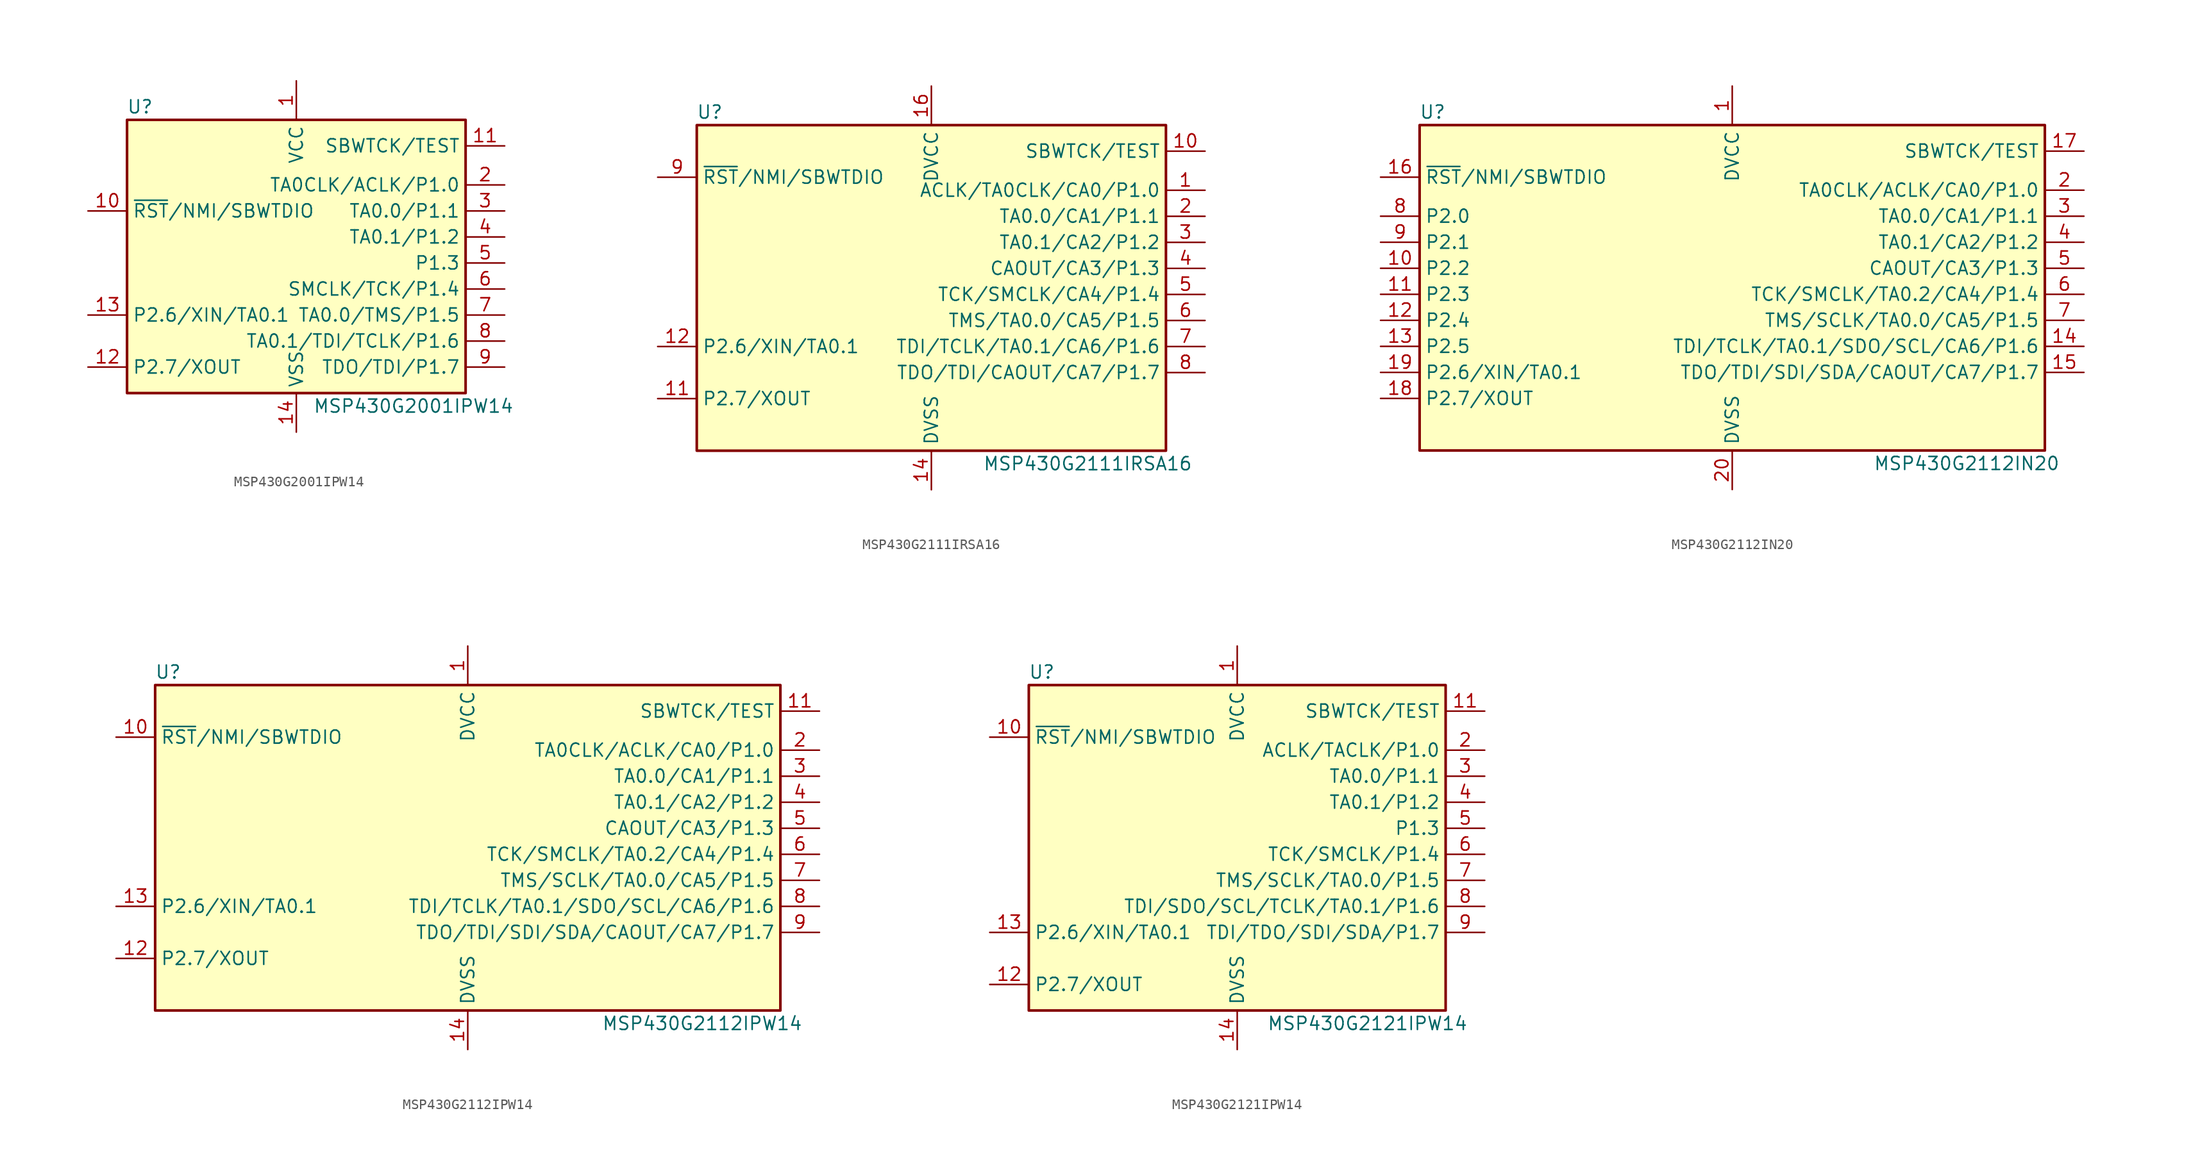
<source format=kicad_sym>
(kicad_symbol_lib
  (version 20211014)
  (generator kicad_symbol_editor)
  (symbol "MSP430G2001IPW14"
    (property "Reference" "U"
      (at -15.24 15.24 0)
      (effects (font (size 1.27 1.27))))
    (property "Value" "MSP430G2001IPW14"
      (at 11.43 -13.97 0)
      (effects (font (size 1.27 1.27))))
    (symbol "MSP430G2001IPW14_0_1"
      (rectangle (start -16.51 13.97) (end 16.51 -12.7) (stroke (width 0.254) (type default) (color 0 0 0 0)) (fill (type background))))
    (symbol "MSP430G2001IPW14_1_1"
      (pin power_in line (at 0 17.78 270) (length 3.81) (name "VCC" (effects (font (size 1.27 1.27)))) (number "1" (effects (font (size 1.27 1.27)))))
      (pin input line (at -20.32 5.08 0) (length 3.81) (name "~{RST}/NMI/SBWTDIO" (effects (font (size 1.27 1.27)))) (number "10" (effects (font (size 1.27 1.27)))))
      (pin input line (at 20.32 11.43 180) (length 3.81) (name "SBWTCK/TEST" (effects (font (size 1.27 1.27)))) (number "11" (effects (font (size 1.27 1.27)))))
      (pin bidirectional line (at -20.32 -10.16 0) (length 3.81) (name "P2.7/XOUT" (effects (font (size 1.27 1.27)))) (number "12" (effects (font (size 1.27 1.27)))))
      (pin bidirectional line (at -20.32 -5.08 0) (length 3.81) (name "P2.6/XIN/TA0.1" (effects (font (size 1.27 1.27)))) (number "13" (effects (font (size 1.27 1.27)))))
      (pin power_in line (at 0 -16.51 90) (length 3.81) (name "VSS" (effects (font (size 1.27 1.27)))) (number "14" (effects (font (size 1.27 1.27)))))
      (pin bidirectional line (at 20.32 7.62 180) (length 3.81) (name "TA0CLK/ACLK/P1.0" (effects (font (size 1.27 1.27)))) (number "2" (effects (font (size 1.27 1.27)))))
      (pin bidirectional line (at 20.32 5.08 180) (length 3.81) (name "TA0.0/P1.1" (effects (font (size 1.27 1.27)))) (number "3" (effects (font (size 1.27 1.27)))))
      (pin bidirectional line (at 20.32 2.54 180) (length 3.81) (name "TA0.1/P1.2" (effects (font (size 1.27 1.27)))) (number "4" (effects (font (size 1.27 1.27)))))
      (pin bidirectional line (at 20.32 0 180) (length 3.81) (name "P1.3" (effects (font (size 1.27 1.27)))) (number "5" (effects (font (size 1.27 1.27)))))
      (pin bidirectional line (at 20.32 -2.54 180) (length 3.81) (name "SMCLK/TCK/P1.4" (effects (font (size 1.27 1.27)))) (number "6" (effects (font (size 1.27 1.27)))))
      (pin bidirectional line (at 20.32 -5.08 180) (length 3.81) (name "TA0.0/TMS/P1.5" (effects (font (size 1.27 1.27)))) (number "7" (effects (font (size 1.27 1.27)))))
      (pin bidirectional line (at 20.32 -7.62 180) (length 3.81) (name "TA0.1/TDI/TCLK/P1.6" (effects (font (size 1.27 1.27)))) (number "8" (effects (font (size 1.27 1.27)))))
      (pin bidirectional line (at 20.32 -10.16 180) (length 3.81) (name "TDO/TDI/P1.7" (effects (font (size 1.27 1.27)))) (number "9" (effects (font (size 1.27 1.27)))))))
  (symbol "MSP430G2111IRSA16"
    (property "Reference" "U"
      (at -21.59 17.78 0)
      (effects (font (size 1.27 1.27))))
    (property "Value" "MSP430G2111IRSA16"
      (at 15.24 -16.51 0)
      (effects (font (size 1.27 1.27))))
    (symbol "MSP430G2111IRSA16_0_1"
      (rectangle (start -22.86 16.51) (end 22.86 -15.24) (stroke (width 0.254) (type default) (color 0 0 0 0)) (fill (type background))))
    (symbol "MSP430G2111IRSA16_1_1"
      (pin bidirectional line (at 26.67 10.16 180) (length 3.81) (name "ACLK/TA0CLK/CA0/P1.0" (effects (font (size 1.27 1.27)))) (number "1" (effects (font (size 1.27 1.27)))))
      (pin input line (at 26.67 13.97 180) (length 3.81) (name "SBWTCK/TEST" (effects (font (size 1.27 1.27)))) (number "10" (effects (font (size 1.27 1.27)))))
      (pin bidirectional line (at -26.67 -10.16 0) (length 3.81) (name "P2.7/XOUT" (effects (font (size 1.27 1.27)))) (number "11" (effects (font (size 1.27 1.27)))))
      (pin bidirectional line (at -26.67 -5.08 0) (length 3.81) (name "P2.6/XIN/TA0.1" (effects (font (size 1.27 1.27)))) (number "12" (effects (font (size 1.27 1.27)))))
      (pin power_in line (at 0 -19.05 90) (length 3.81) (name "DVSS" (effects (font (size 1.27 1.27)))) (number "14" (effects (font (size 1.27 1.27)))))
      (pin power_in line (at 0 20.32 270) (length 3.81) (name "DVCC" (effects (font (size 1.27 1.27)))) (number "16" (effects (font (size 1.27 1.27)))))
      (pin bidirectional line (at 26.67 7.62 180) (length 3.81) (name "TA0.0/CA1/P1.1" (effects (font (size 1.27 1.27)))) (number "2" (effects (font (size 1.27 1.27)))))
      (pin bidirectional line (at 26.67 5.08 180) (length 3.81) (name "TA0.1/CA2/P1.2" (effects (font (size 1.27 1.27)))) (number "3" (effects (font (size 1.27 1.27)))))
      (pin bidirectional line (at 26.67 2.54 180) (length 3.81) (name "CAOUT/CA3/P1.3" (effects (font (size 1.27 1.27)))) (number "4" (effects (font (size 1.27 1.27)))))
      (pin bidirectional line (at 26.67 0 180) (length 3.81) (name "TCK/SMCLK/CA4/P1.4" (effects (font (size 1.27 1.27)))) (number "5" (effects (font (size 1.27 1.27)))))
      (pin bidirectional line (at 26.67 -2.54 180) (length 3.81) (name "TMS/TA0.0/CA5/P1.5" (effects (font (size 1.27 1.27)))) (number "6" (effects (font (size 1.27 1.27)))))
      (pin bidirectional line (at 26.67 -5.08 180) (length 3.81) (name "TDI/TCLK/TA0.1/CA6/P1.6" (effects (font (size 1.27 1.27)))) (number "7" (effects (font (size 1.27 1.27)))))
      (pin bidirectional line (at 26.67 -7.62 180) (length 3.81) (name "TDO/TDI/CAOUT/CA7/P1.7" (effects (font (size 1.27 1.27)))) (number "8" (effects (font (size 1.27 1.27)))))
      (pin input line (at -26.67 11.43 0) (length 3.81) (name "~{RST}/NMI/SBWTDIO" (effects (font (size 1.27 1.27)))) (number "9" (effects (font (size 1.27 1.27)))))))
  (symbol "MSP430G2112IN20"
    (property "Reference" "U"
      (at -29.21 17.78 0)
      (effects (font (size 1.27 1.27))))
    (property "Value" "MSP430G2112IN20"
      (at 22.86 -16.51 0)
      (effects (font (size 1.27 1.27))))
    (symbol "MSP430G2112IN20_0_1"
      (rectangle (start -30.48 16.51) (end 30.48 -15.24) (stroke (width 0.254) (type default) (color 0 0 0 0)) (fill (type background))))
    (symbol "MSP430G2112IN20_1_1"
      (pin power_in line (at 0 20.32 270) (length 3.81) (name "DVCC" (effects (font (size 1.27 1.27)))) (number "1" (effects (font (size 1.27 1.27)))))
      (pin bidirectional line (at -34.29 2.54 0) (length 3.81) (name "P2.2" (effects (font (size 1.27 1.27)))) (number "10" (effects (font (size 1.27 1.27)))))
      (pin bidirectional line (at -34.29 0 0) (length 3.81) (name "P2.3" (effects (font (size 1.27 1.27)))) (number "11" (effects (font (size 1.27 1.27)))))
      (pin bidirectional line (at -34.29 -2.54 0) (length 3.81) (name "P2.4" (effects (font (size 1.27 1.27)))) (number "12" (effects (font (size 1.27 1.27)))))
      (pin bidirectional line (at -34.29 -5.08 0) (length 3.81) (name "P2.5" (effects (font (size 1.27 1.27)))) (number "13" (effects (font (size 1.27 1.27)))))
      (pin bidirectional line (at 34.29 -5.08 180) (length 3.81) (name "TDI/TCLK/TA0.1/SDO/SCL/CA6/P1.6" (effects (font (size 1.27 1.27)))) (number "14" (effects (font (size 1.27 1.27)))))
      (pin bidirectional line (at 34.29 -7.62 180) (length 3.81) (name "TDO/TDI/SDI/SDA/CAOUT/CA7/P1.7" (effects (font (size 1.27 1.27)))) (number "15" (effects (font (size 1.27 1.27)))))
      (pin input line (at -34.29 11.43 0) (length 3.81) (name "~{RST}/NMI/SBWTDIO" (effects (font (size 1.27 1.27)))) (number "16" (effects (font (size 1.27 1.27)))))
      (pin input line (at 34.29 13.97 180) (length 3.81) (name "SBWTCK/TEST" (effects (font (size 1.27 1.27)))) (number "17" (effects (font (size 1.27 1.27)))))
      (pin bidirectional line (at -34.29 -10.16 0) (length 3.81) (name "P2.7/XOUT" (effects (font (size 1.27 1.27)))) (number "18" (effects (font (size 1.27 1.27)))))
      (pin bidirectional line (at -34.29 -7.62 0) (length 3.81) (name "P2.6/XIN/TA0.1" (effects (font (size 1.27 1.27)))) (number "19" (effects (font (size 1.27 1.27)))))
      (pin bidirectional line (at 34.29 10.16 180) (length 3.81) (name "TA0CLK/ACLK/CA0/P1.0" (effects (font (size 1.27 1.27)))) (number "2" (effects (font (size 1.27 1.27)))))
      (pin power_in line (at 0 -19.05 90) (length 3.81) (name "DVSS" (effects (font (size 1.27 1.27)))) (number "20" (effects (font (size 1.27 1.27)))))
      (pin bidirectional line (at 34.29 7.62 180) (length 3.81) (name "TA0.0/CA1/P1.1" (effects (font (size 1.27 1.27)))) (number "3" (effects (font (size 1.27 1.27)))))
      (pin bidirectional line (at 34.29 5.08 180) (length 3.81) (name "TA0.1/CA2/P1.2" (effects (font (size 1.27 1.27)))) (number "4" (effects (font (size 1.27 1.27)))))
      (pin bidirectional line (at 34.29 2.54 180) (length 3.81) (name "CAOUT/CA3/P1.3" (effects (font (size 1.27 1.27)))) (number "5" (effects (font (size 1.27 1.27)))))
      (pin bidirectional line (at 34.29 0 180) (length 3.81) (name "TCK/SMCLK/TA0.2/CA4/P1.4" (effects (font (size 1.27 1.27)))) (number "6" (effects (font (size 1.27 1.27)))))
      (pin bidirectional line (at 34.29 -2.54 180) (length 3.81) (name "TMS/SCLK/TA0.0/CA5/P1.5" (effects (font (size 1.27 1.27)))) (number "7" (effects (font (size 1.27 1.27)))))
      (pin bidirectional line (at -34.29 7.62 0) (length 3.81) (name "P2.0" (effects (font (size 1.27 1.27)))) (number "8" (effects (font (size 1.27 1.27)))))
      (pin bidirectional line (at -34.29 5.08 0) (length 3.81) (name "P2.1" (effects (font (size 1.27 1.27)))) (number "9" (effects (font (size 1.27 1.27)))))))
  (symbol "MSP430G2112IPW14"
    (property "Reference" "U"
      (at -29.21 17.78 0)
      (effects (font (size 1.27 1.27))))
    (property "Value" "MSP430G2112IPW14"
      (at 22.86 -16.51 0)
      (effects (font (size 1.27 1.27))))
    (symbol "MSP430G2112IPW14_0_1"
      (rectangle (start -30.48 16.51) (end 30.48 -15.24) (stroke (width 0.254) (type default) (color 0 0 0 0)) (fill (type background))))
    (symbol "MSP430G2112IPW14_1_1"
      (pin power_in line (at 0 20.32 270) (length 3.81) (name "DVCC" (effects (font (size 1.27 1.27)))) (number "1" (effects (font (size 1.27 1.27)))))
      (pin input line (at -34.29 11.43 0) (length 3.81) (name "~{RST}/NMI/SBWTDIO" (effects (font (size 1.27 1.27)))) (number "10" (effects (font (size 1.27 1.27)))))
      (pin input line (at 34.29 13.97 180) (length 3.81) (name "SBWTCK/TEST" (effects (font (size 1.27 1.27)))) (number "11" (effects (font (size 1.27 1.27)))))
      (pin bidirectional line (at -34.29 -10.16 0) (length 3.81) (name "P2.7/XOUT" (effects (font (size 1.27 1.27)))) (number "12" (effects (font (size 1.27 1.27)))))
      (pin bidirectional line (at -34.29 -5.08 0) (length 3.81) (name "P2.6/XIN/TA0.1" (effects (font (size 1.27 1.27)))) (number "13" (effects (font (size 1.27 1.27)))))
      (pin power_in line (at 0 -19.05 90) (length 3.81) (name "DVSS" (effects (font (size 1.27 1.27)))) (number "14" (effects (font (size 1.27 1.27)))))
      (pin bidirectional line (at 34.29 10.16 180) (length 3.81) (name "TA0CLK/ACLK/CA0/P1.0" (effects (font (size 1.27 1.27)))) (number "2" (effects (font (size 1.27 1.27)))))
      (pin bidirectional line (at 34.29 7.62 180) (length 3.81) (name "TA0.0/CA1/P1.1" (effects (font (size 1.27 1.27)))) (number "3" (effects (font (size 1.27 1.27)))))
      (pin bidirectional line (at 34.29 5.08 180) (length 3.81) (name "TA0.1/CA2/P1.2" (effects (font (size 1.27 1.27)))) (number "4" (effects (font (size 1.27 1.27)))))
      (pin bidirectional line (at 34.29 2.54 180) (length 3.81) (name "CAOUT/CA3/P1.3" (effects (font (size 1.27 1.27)))) (number "5" (effects (font (size 1.27 1.27)))))
      (pin bidirectional line (at 34.29 0 180) (length 3.81) (name "TCK/SMCLK/TA0.2/CA4/P1.4" (effects (font (size 1.27 1.27)))) (number "6" (effects (font (size 1.27 1.27)))))
      (pin bidirectional line (at 34.29 -2.54 180) (length 3.81) (name "TMS/SCLK/TA0.0/CA5/P1.5" (effects (font (size 1.27 1.27)))) (number "7" (effects (font (size 1.27 1.27)))))
      (pin bidirectional line (at 34.29 -5.08 180) (length 3.81) (name "TDI/TCLK/TA0.1/SDO/SCL/CA6/P1.6" (effects (font (size 1.27 1.27)))) (number "8" (effects (font (size 1.27 1.27)))))
      (pin bidirectional line (at 34.29 -7.62 180) (length 3.81) (name "TDO/TDI/SDI/SDA/CAOUT/CA7/P1.7" (effects (font (size 1.27 1.27)))) (number "9" (effects (font (size 1.27 1.27)))))))
  (symbol "MSP430G2121IPW14"
    (property "Reference" "U"
      (at -19.05 17.78 0)
      (effects (font (size 1.27 1.27))))
    (property "Value" "MSP430G2121IPW14"
      (at 12.7 -16.51 0)
      (effects (font (size 1.27 1.27))))
    (symbol "MSP430G2121IPW14_0_1"
      (rectangle (start -20.32 16.51) (end 20.32 -15.24) (stroke (width 0.254) (type default) (color 0 0 0 0)) (fill (type background))))
    (symbol "MSP430G2121IPW14_1_1"
      (pin power_in line (at 0 20.32 270) (length 3.81) (name "DVCC" (effects (font (size 1.27 1.27)))) (number "1" (effects (font (size 1.27 1.27)))))
      (pin input line (at -24.13 11.43 0) (length 3.81) (name "~{RST}/NMI/SBWTDIO" (effects (font (size 1.27 1.27)))) (number "10" (effects (font (size 1.27 1.27)))))
      (pin input line (at 24.13 13.97 180) (length 3.81) (name "SBWTCK/TEST" (effects (font (size 1.27 1.27)))) (number "11" (effects (font (size 1.27 1.27)))))
      (pin bidirectional line (at -24.13 -12.7 0) (length 3.81) (name "P2.7/XOUT" (effects (font (size 1.27 1.27)))) (number "12" (effects (font (size 1.27 1.27)))))
      (pin bidirectional line (at -24.13 -7.62 0) (length 3.81) (name "P2.6/XIN/TA0.1" (effects (font (size 1.27 1.27)))) (number "13" (effects (font (size 1.27 1.27)))))
      (pin power_in line (at 0 -19.05 90) (length 3.81) (name "DVSS" (effects (font (size 1.27 1.27)))) (number "14" (effects (font (size 1.27 1.27)))))
      (pin bidirectional line (at 24.13 10.16 180) (length 3.81) (name "ACLK/TACLK/P1.0" (effects (font (size 1.27 1.27)))) (number "2" (effects (font (size 1.27 1.27)))))
      (pin bidirectional line (at 24.13 7.62 180) (length 3.81) (name "TA0.0/P1.1" (effects (font (size 1.27 1.27)))) (number "3" (effects (font (size 1.27 1.27)))))
      (pin bidirectional line (at 24.13 5.08 180) (length 3.81) (name "TA0.1/P1.2" (effects (font (size 1.27 1.27)))) (number "4" (effects (font (size 1.27 1.27)))))
      (pin bidirectional line (at 24.13 2.54 180) (length 3.81) (name "P1.3" (effects (font (size 1.27 1.27)))) (number "5" (effects (font (size 1.27 1.27)))))
      (pin bidirectional line (at 24.13 0 180) (length 3.81) (name "TCK/SMCLK/P1.4" (effects (font (size 1.27 1.27)))) (number "6" (effects (font (size 1.27 1.27)))))
      (pin bidirectional line (at 24.13 -2.54 180) (length 3.81) (name "TMS/SCLK/TA0.0/P1.5" (effects (font (size 1.27 1.27)))) (number "7" (effects (font (size 1.27 1.27)))))
      (pin bidirectional line (at 24.13 -5.08 180) (length 3.81) (name "TDI/SDO/SCL/TCLK/TA0.1/P1.6" (effects (font (size 1.27 1.27)))) (number "8" (effects (font (size 1.27 1.27)))))
      (pin bidirectional line (at 24.13 -7.62 180) (length 3.81) (name "TDI/TDO/SDI/SDA/P1.7" (effects (font (size 1.27 1.27)))) (number "9" (effects (font (size 1.27 1.27))))))))
</source>
